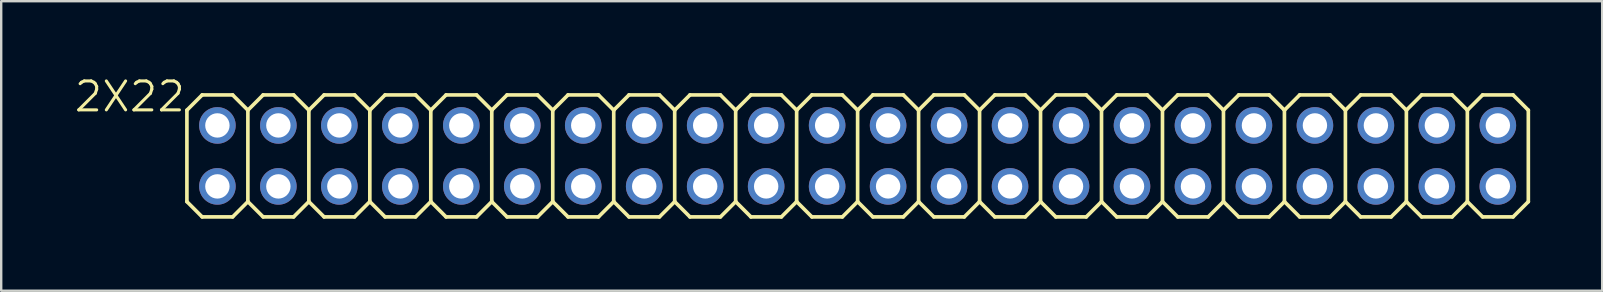
<source format=kicad_pcb>
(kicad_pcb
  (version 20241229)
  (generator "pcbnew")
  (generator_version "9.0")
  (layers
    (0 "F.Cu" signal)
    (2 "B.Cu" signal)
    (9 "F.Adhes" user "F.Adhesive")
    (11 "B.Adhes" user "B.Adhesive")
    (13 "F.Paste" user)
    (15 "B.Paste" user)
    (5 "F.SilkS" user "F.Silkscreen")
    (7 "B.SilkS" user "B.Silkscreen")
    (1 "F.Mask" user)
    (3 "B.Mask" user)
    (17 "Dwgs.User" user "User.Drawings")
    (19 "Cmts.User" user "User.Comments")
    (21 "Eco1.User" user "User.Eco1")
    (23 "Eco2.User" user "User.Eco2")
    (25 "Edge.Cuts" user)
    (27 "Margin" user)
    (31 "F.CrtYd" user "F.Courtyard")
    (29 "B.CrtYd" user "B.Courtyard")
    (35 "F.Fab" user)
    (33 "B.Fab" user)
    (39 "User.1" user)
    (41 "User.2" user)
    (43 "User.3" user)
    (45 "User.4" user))
  (footprint "2X22"
    (layer "F.Cu")
    (at 31.406 3.445)
    (property "Reference" "2X22" (at -26.67 -3.175 0) (layer "F.SilkS") (effects (font (size 1.206 1.206) (thickness 0.127)) (justify right top)))
    (attr through_hole)
    (fp_line (start -26.67 -1.905) (end -26.035 -2.54) (stroke (width 0.152) (type solid)) (layer "F.SilkS"))
    (fp_line (start -26.67 1.905) (end -26.67 -1.905) (stroke (width 0.152) (type solid)) (layer "F.SilkS"))
    (fp_line (start -26.67 1.905) (end -26.035 2.54) (stroke (width 0.152) (type solid)) (layer "F.SilkS"))
    (fp_line (start -26.035 -2.54) (end -24.765 -2.54) (stroke (width 0.152) (type solid)) (layer "F.SilkS"))
    (fp_line (start -26.035 2.54) (end -24.765 2.54) (stroke (width 0.152) (type solid)) (layer "F.SilkS"))
    (fp_line (start -24.765 -2.54) (end -24.13 -1.905) (stroke (width 0.152) (type solid)) (layer "F.SilkS"))
    (fp_line (start -24.765 2.54) (end -24.13 1.905) (stroke (width 0.152) (type solid)) (layer "F.SilkS"))
    (fp_line (start -24.13 -1.905) (end -24.13 1.905) (stroke (width 0.152) (type solid)) (layer "F.SilkS"))
    (fp_line (start -24.13 -1.905) (end -23.495 -2.54) (stroke (width 0.152) (type solid)) (layer "F.SilkS"))
    (fp_line (start -24.13 1.905) (end -23.495 2.54) (stroke (width 0.152) (type solid)) (layer "F.SilkS"))
    (fp_line (start -23.495 -2.54) (end -22.225 -2.54) (stroke (width 0.152) (type solid)) (layer "F.SilkS"))
    (fp_line (start -23.495 2.54) (end -22.225 2.54) (stroke (width 0.152) (type solid)) (layer "F.SilkS"))
    (fp_line (start -22.225 -2.54) (end -21.59 -1.905) (stroke (width 0.152) (type solid)) (layer "F.SilkS"))
    (fp_line (start -22.225 2.54) (end -21.59 1.905) (stroke (width 0.152) (type solid)) (layer "F.SilkS"))
    (fp_line (start -21.59 -1.905) (end -21.59 1.905) (stroke (width 0.152) (type solid)) (layer "F.SilkS"))
    (fp_line (start -21.59 -1.905) (end -20.955 -2.54) (stroke (width 0.152) (type solid)) (layer "F.SilkS"))
    (fp_line (start -21.59 1.905) (end -20.955 2.54) (stroke (width 0.152) (type solid)) (layer "F.SilkS"))
    (fp_line (start -20.955 -2.54) (end -19.685 -2.54) (stroke (width 0.152) (type solid)) (layer "F.SilkS"))
    (fp_line (start -20.955 2.54) (end -19.685 2.54) (stroke (width 0.152) (type solid)) (layer "F.SilkS"))
    (fp_line (start -19.685 -2.54) (end -19.05 -1.905) (stroke (width 0.152) (type solid)) (layer "F.SilkS"))
    (fp_line (start -19.685 2.54) (end -19.05 1.905) (stroke (width 0.152) (type solid)) (layer "F.SilkS"))
    (fp_line (start -19.05 -1.905) (end -19.05 1.905) (stroke (width 0.152) (type solid)) (layer "F.SilkS"))
    (fp_line (start -19.05 -1.905) (end -18.415 -2.54) (stroke (width 0.152) (type solid)) (layer "F.SilkS"))
    (fp_line (start -19.05 1.905) (end -18.415 2.54) (stroke (width 0.152) (type solid)) (layer "F.SilkS"))
    (fp_line (start -18.415 -2.54) (end -17.145 -2.54) (stroke (width 0.152) (type solid)) (layer "F.SilkS"))
    (fp_line (start -18.415 2.54) (end -17.145 2.54) (stroke (width 0.152) (type solid)) (layer "F.SilkS"))
    (fp_line (start -17.145 -2.54) (end -16.51 -1.905) (stroke (width 0.152) (type solid)) (layer "F.SilkS"))
    (fp_line (start -17.145 2.54) (end -16.51 1.905) (stroke (width 0.152) (type solid)) (layer "F.SilkS"))
    (fp_line (start -16.51 -1.905) (end -16.51 1.905) (stroke (width 0.152) (type solid)) (layer "F.SilkS"))
    (fp_line (start -16.51 -1.905) (end -15.875 -2.54) (stroke (width 0.152) (type solid)) (layer "F.SilkS"))
    (fp_line (start -16.51 1.905) (end -15.875 2.54) (stroke (width 0.152) (type solid)) (layer "F.SilkS"))
    (fp_line (start -15.875 -2.54) (end -14.605 -2.54) (stroke (width 0.152) (type solid)) (layer "F.SilkS"))
    (fp_line (start -15.875 2.54) (end -14.605 2.54) (stroke (width 0.152) (type solid)) (layer "F.SilkS"))
    (fp_line (start -14.605 -2.54) (end -13.97 -1.905) (stroke (width 0.152) (type solid)) (layer "F.SilkS"))
    (fp_line (start -14.605 2.54) (end -13.97 1.905) (stroke (width 0.152) (type solid)) (layer "F.SilkS"))
    (fp_line (start -13.97 -1.905) (end -13.97 1.905) (stroke (width 0.152) (type solid)) (layer "F.SilkS"))
    (fp_line (start -13.97 -1.905) (end -13.335 -2.54) (stroke (width 0.152) (type solid)) (layer "F.SilkS"))
    (fp_line (start -13.97 1.905) (end -13.335 2.54) (stroke (width 0.152) (type solid)) (layer "F.SilkS"))
    (fp_line (start -13.335 -2.54) (end -12.065 -2.54) (stroke (width 0.152) (type solid)) (layer "F.SilkS"))
    (fp_line (start -13.335 2.54) (end -12.065 2.54) (stroke (width 0.152) (type solid)) (layer "F.SilkS"))
    (fp_line (start -12.065 -2.54) (end -11.43 -1.905) (stroke (width 0.152) (type solid)) (layer "F.SilkS"))
    (fp_line (start -12.065 2.54) (end -11.43 1.905) (stroke (width 0.152) (type solid)) (layer "F.SilkS"))
    (fp_line (start -11.43 -1.905) (end -11.43 1.905) (stroke (width 0.152) (type solid)) (layer "F.SilkS"))
    (fp_line (start -11.43 -1.905) (end -10.795 -2.54) (stroke (width 0.152) (type solid)) (layer "F.SilkS"))
    (fp_line (start -11.43 1.905) (end -10.795 2.54) (stroke (width 0.152) (type solid)) (layer "F.SilkS"))
    (fp_line (start -10.795 -2.54) (end -9.525 -2.54) (stroke (width 0.152) (type solid)) (layer "F.SilkS"))
    (fp_line (start -9.525 -2.54) (end -8.89 -1.905) (stroke (width 0.152) (type solid)) (layer "F.SilkS"))
    (fp_line (start -9.525 2.54) (end -10.795 2.54) (stroke (width 0.152) (type solid)) (layer "F.SilkS"))
    (fp_line (start -8.89 -1.905) (end -8.89 1.905) (stroke (width 0.152) (type solid)) (layer "F.SilkS"))
    (fp_line (start -8.89 -1.905) (end -8.255 -2.54) (stroke (width 0.152) (type solid)) (layer "F.SilkS"))
    (fp_line (start -8.89 1.905) (end -9.525 2.54) (stroke (width 0.152) (type solid)) (layer "F.SilkS"))
    (fp_line (start -8.89 1.905) (end -8.255 2.54) (stroke (width 0.152) (type solid)) (layer "F.SilkS"))
    (fp_line (start -8.255 -2.54) (end -6.985 -2.54) (stroke (width 0.152) (type solid)) (layer "F.SilkS"))
    (fp_line (start -6.985 -2.54) (end -6.35 -1.905) (stroke (width 0.152) (type solid)) (layer "F.SilkS"))
    (fp_line (start -6.985 2.54) (end -8.255 2.54) (stroke (width 0.152) (type solid)) (layer "F.SilkS"))
    (fp_line (start -6.35 -1.905) (end -6.35 1.905) (stroke (width 0.152) (type solid)) (layer "F.SilkS"))
    (fp_line (start -6.35 -1.905) (end -5.715 -2.54) (stroke (width 0.152) (type solid)) (layer "F.SilkS"))
    (fp_line (start -6.35 1.905) (end -6.985 2.54) (stroke (width 0.152) (type solid)) (layer "F.SilkS"))
    (fp_line (start -6.35 1.905) (end -5.715 2.54) (stroke (width 0.152) (type solid)) (layer "F.SilkS"))
    (fp_line (start -5.715 -2.54) (end -4.445 -2.54) (stroke (width 0.152) (type solid)) (layer "F.SilkS"))
    (fp_line (start -4.445 -2.54) (end -3.81 -1.905) (stroke (width 0.152) (type solid)) (layer "F.SilkS"))
    (fp_line (start -4.445 2.54) (end -5.715 2.54) (stroke (width 0.152) (type solid)) (layer "F.SilkS"))
    (fp_line (start -3.81 -1.905) (end -3.81 1.905) (stroke (width 0.152) (type solid)) (layer "F.SilkS"))
    (fp_line (start -3.81 -1.905) (end -3.175 -2.54) (stroke (width 0.152) (type solid)) (layer "F.SilkS"))
    (fp_line (start -3.81 1.905) (end -4.445 2.54) (stroke (width 0.152) (type solid)) (layer "F.SilkS"))
    (fp_line (start -3.81 1.905) (end -3.175 2.54) (stroke (width 0.152) (type solid)) (layer "F.SilkS"))
    (fp_line (start -3.175 -2.54) (end -1.905 -2.54) (stroke (width 0.152) (type solid)) (layer "F.SilkS"))
    (fp_line (start -1.905 -2.54) (end -1.27 -1.905) (stroke (width 0.152) (type solid)) (layer "F.SilkS"))
    (fp_line (start -1.905 2.54) (end -3.175 2.54) (stroke (width 0.152) (type solid)) (layer "F.SilkS"))
    (fp_line (start -1.27 -1.905) (end -1.27 1.905) (stroke (width 0.152) (type solid)) (layer "F.SilkS"))
    (fp_line (start -1.27 -1.905) (end -0.635 -2.54) (stroke (width 0.152) (type solid)) (layer "F.SilkS"))
    (fp_line (start -1.27 1.905) (end -1.905 2.54) (stroke (width 0.152) (type solid)) (layer "F.SilkS"))
    (fp_line (start -1.27 1.905) (end -0.635 2.54) (stroke (width 0.152) (type solid)) (layer "F.SilkS"))
    (fp_line (start -0.635 -2.54) (end 0.635 -2.54) (stroke (width 0.152) (type solid)) (layer "F.SilkS"))
    (fp_line (start 0.635 -2.54) (end 1.27 -1.905) (stroke (width 0.152) (type solid)) (layer "F.SilkS"))
    (fp_line (start 0.635 2.54) (end -0.635 2.54) (stroke (width 0.152) (type solid)) (layer "F.SilkS"))
    (fp_line (start 1.27 -1.905) (end 1.27 1.905) (stroke (width 0.152) (type solid)) (layer "F.SilkS"))
    (fp_line (start 1.27 -1.905) (end 1.905 -2.54) (stroke (width 0.152) (type solid)) (layer "F.SilkS"))
    (fp_line (start 1.27 1.905) (end 0.635 2.54) (stroke (width 0.152) (type solid)) (layer "F.SilkS"))
    (fp_line (start 1.27 1.905) (end 1.905 2.54) (stroke (width 0.152) (type solid)) (layer "F.SilkS"))
    (fp_line (start 1.905 -2.54) (end 3.175 -2.54) (stroke (width 0.152) (type solid)) (layer "F.SilkS"))
    (fp_line (start 3.175 2.54) (end 1.905 2.54) (stroke (width 0.152) (type solid)) (layer "F.SilkS"))
    (fp_line (start 3.81 -1.905) (end 3.175 -2.54) (stroke (width 0.152) (type solid)) (layer "F.SilkS"))
    (fp_line (start 3.81 -1.905) (end 3.81 1.905) (stroke (width 0.152) (type solid)) (layer "F.SilkS"))
    (fp_line (start 3.81 -1.905) (end 4.445 -2.54) (stroke (width 0.152) (type solid)) (layer "F.SilkS"))
    (fp_line (start 3.81 1.905) (end 3.175 2.54) (stroke (width 0.152) (type solid)) (layer "F.SilkS"))
    (fp_line (start 3.81 1.905) (end 4.445 2.54) (stroke (width 0.152) (type solid)) (layer "F.SilkS"))
    (fp_line (start 5.715 -2.54) (end 4.445 -2.54) (stroke (width 0.152) (type solid)) (layer "F.SilkS"))
    (fp_line (start 5.715 -2.54) (end 6.35 -1.905) (stroke (width 0.152) (type solid)) (layer "F.SilkS"))
    (fp_line (start 5.715 2.54) (end 4.445 2.54) (stroke (width 0.152) (type solid)) (layer "F.SilkS"))
    (fp_line (start 6.35 -1.905) (end 6.35 1.905) (stroke (width 0.152) (type solid)) (layer "F.SilkS"))
    (fp_line (start 6.35 -1.905) (end 6.985 -2.54) (stroke (width 0.152) (type solid)) (layer "F.SilkS"))
    (fp_line (start 6.35 1.905) (end 5.715 2.54) (stroke (width 0.152) (type solid)) (layer "F.SilkS"))
    (fp_line (start 6.35 1.905) (end 6.985 2.54) (stroke (width 0.152) (type solid)) (layer "F.SilkS"))
    (fp_line (start 8.255 -2.54) (end 6.985 -2.54) (stroke (width 0.152) (type solid)) (layer "F.SilkS"))
    (fp_line (start 8.255 -2.54) (end 8.89 -1.905) (stroke (width 0.152) (type solid)) (layer "F.SilkS"))
    (fp_line (start 8.255 2.54) (end 6.985 2.54) (stroke (width 0.152) (type solid)) (layer "F.SilkS"))
    (fp_line (start 8.89 -1.905) (end 8.89 1.905) (stroke (width 0.152) (type solid)) (layer "F.SilkS"))
    (fp_line (start 8.89 -1.905) (end 9.525 -2.54) (stroke (width 0.152) (type solid)) (layer "F.SilkS"))
    (fp_line (start 8.89 1.905) (end 8.255 2.54) (stroke (width 0.152) (type solid)) (layer "F.SilkS"))
    (fp_line (start 9.525 2.54) (end 8.89 1.905) (stroke (width 0.152) (type solid)) (layer "F.SilkS"))
    (fp_line (start 9.525 2.54) (end 10.795 2.54) (stroke (width 0.152) (type solid)) (layer "F.SilkS"))
    (fp_line (start 10.795 -2.54) (end 9.525 -2.54) (stroke (width 0.152) (type solid)) (layer "F.SilkS"))
    (fp_line (start 10.795 -2.54) (end 11.43 -1.905) (stroke (width 0.152) (type solid)) (layer "F.SilkS"))
    (fp_line (start 11.43 -1.905) (end 11.43 1.905) (stroke (width 0.152) (type solid)) (layer "F.SilkS"))
    (fp_line (start 11.43 -1.905) (end 12.065 -2.54) (stroke (width 0.152) (type solid)) (layer "F.SilkS"))
    (fp_line (start 11.43 1.905) (end 10.795 2.54) (stroke (width 0.152) (type solid)) (layer "F.SilkS"))
    (fp_line (start 12.065 2.54) (end 11.43 1.905) (stroke (width 0.152) (type solid)) (layer "F.SilkS"))
    (fp_line (start 12.065 2.54) (end 13.335 2.54) (stroke (width 0.152) (type solid)) (layer "F.SilkS"))
    (fp_line (start 13.335 -2.54) (end 12.065 -2.54) (stroke (width 0.152) (type solid)) (layer "F.SilkS"))
    (fp_line (start 13.335 -2.54) (end 13.97 -1.905) (stroke (width 0.152) (type solid)) (layer "F.SilkS"))
    (fp_line (start 13.97 -1.905) (end 13.97 1.905) (stroke (width 0.152) (type solid)) (layer "F.SilkS"))
    (fp_line (start 13.97 -1.905) (end 14.605 -2.54) (stroke (width 0.152) (type solid)) (layer "F.SilkS"))
    (fp_line (start 13.97 1.905) (end 13.335 2.54) (stroke (width 0.152) (type solid)) (layer "F.SilkS"))
    (fp_line (start 13.97 1.905) (end 14.605 2.54) (stroke (width 0.152) (type solid)) (layer "F.SilkS"))
    (fp_line (start 15.875 -2.54) (end 14.605 -2.54) (stroke (width 0.152) (type solid)) (layer "F.SilkS"))
    (fp_line (start 15.875 -2.54) (end 16.51 -1.905) (stroke (width 0.152) (type solid)) (layer "F.SilkS"))
    (fp_line (start 15.875 2.54) (end 14.605 2.54) (stroke (width 0.152) (type solid)) (layer "F.SilkS"))
    (fp_line (start 16.51 -1.905) (end 16.51 1.905) (stroke (width 0.152) (type solid)) (layer "F.SilkS"))
    (fp_line (start 16.51 -1.905) (end 17.145 -2.54) (stroke (width 0.152) (type solid)) (layer "F.SilkS"))
    (fp_line (start 16.51 1.905) (end 15.875 2.54) (stroke (width 0.152) (type solid)) (layer "F.SilkS"))
    (fp_line (start 16.51 1.905) (end 17.145 2.54) (stroke (width 0.152) (type solid)) (layer "F.SilkS"))
    (fp_line (start 18.415 -2.54) (end 17.145 -2.54) (stroke (width 0.152) (type solid)) (layer "F.SilkS"))
    (fp_line (start 18.415 -2.54) (end 19.05 -1.905) (stroke (width 0.152) (type solid)) (layer "F.SilkS"))
    (fp_line (start 18.415 2.54) (end 17.145 2.54) (stroke (width 0.152) (type solid)) (layer "F.SilkS"))
    (fp_line (start 19.05 -1.905) (end 19.05 1.905) (stroke (width 0.152) (type solid)) (layer "F.SilkS"))
    (fp_line (start 19.05 -1.905) (end 19.685 -2.54) (stroke (width 0.152) (type solid)) (layer "F.SilkS"))
    (fp_line (start 19.05 1.905) (end 18.415 2.54) (stroke (width 0.152) (type solid)) (layer "F.SilkS"))
    (fp_line (start 19.05 1.905) (end 19.685 2.54) (stroke (width 0.152) (type solid)) (layer "F.SilkS"))
    (fp_line (start 20.955 -2.54) (end 19.685 -2.54) (stroke (width 0.152) (type solid)) (layer "F.SilkS"))
    (fp_line (start 20.955 -2.54) (end 21.59 -1.905) (stroke (width 0.152) (type solid)) (layer "F.SilkS"))
    (fp_line (start 20.955 2.54) (end 19.685 2.54) (stroke (width 0.152) (type solid)) (layer "F.SilkS"))
    (fp_line (start 21.59 -1.905) (end 21.59 1.905) (stroke (width 0.152) (type solid)) (layer "F.SilkS"))
    (fp_line (start 21.59 -1.905) (end 22.225 -2.54) (stroke (width 0.152) (type solid)) (layer "F.SilkS"))
    (fp_line (start 21.59 1.905) (end 20.955 2.54) (stroke (width 0.152) (type solid)) (layer "F.SilkS"))
    (fp_line (start 21.59 1.905) (end 22.225 2.54) (stroke (width 0.152) (type solid)) (layer "F.SilkS"))
    (fp_line (start 23.495 -2.54) (end 22.225 -2.54) (stroke (width 0.152) (type solid)) (layer "F.SilkS"))
    (fp_line (start 23.495 -2.54) (end 24.13 -1.905) (stroke (width 0.152) (type solid)) (layer "F.SilkS"))
    (fp_line (start 23.495 2.54) (end 22.225 2.54) (stroke (width 0.152) (type solid)) (layer "F.SilkS"))
    (fp_line (start 24.13 -1.905) (end 24.13 1.905) (stroke (width 0.152) (type solid)) (layer "F.SilkS"))
    (fp_line (start 24.13 -1.905) (end 24.765 -2.54) (stroke (width 0.152) (type solid)) (layer "F.SilkS"))
    (fp_line (start 24.13 1.905) (end 23.495 2.54) (stroke (width 0.152) (type solid)) (layer "F.SilkS"))
    (fp_line (start 24.13 1.905) (end 24.765 2.54) (stroke (width 0.152) (type solid)) (layer "F.SilkS"))
    (fp_line (start 26.035 -2.54) (end 24.765 -2.54) (stroke (width 0.152) (type solid)) (layer "F.SilkS"))
    (fp_line (start 26.035 -2.54) (end 26.67 -1.905) (stroke (width 0.152) (type solid)) (layer "F.SilkS"))
    (fp_line (start 26.035 2.54) (end 24.765 2.54) (stroke (width 0.152) (type solid)) (layer "F.SilkS"))
    (fp_line (start 26.67 -1.905) (end 26.67 1.905) (stroke (width 0.152) (type solid)) (layer "F.SilkS"))
    (fp_line (start 26.67 -1.905) (end 27.305 -2.54) (stroke (width 0.152) (type solid)) (layer "F.SilkS"))
    (fp_line (start 26.67 1.905) (end 26.035 2.54) (stroke (width 0.152) (type solid)) (layer "F.SilkS"))
    (fp_line (start 26.67 1.905) (end 27.305 2.54) (stroke (width 0.152) (type solid)) (layer "F.SilkS"))
    (fp_line (start 28.575 -2.54) (end 27.305 -2.54) (stroke (width 0.152) (type solid)) (layer "F.SilkS"))
    (fp_line (start 28.575 -2.54) (end 29.21 -1.905) (stroke (width 0.152) (type solid)) (layer "F.SilkS"))
    (fp_line (start 28.575 2.54) (end 27.305 2.54) (stroke (width 0.152) (type solid)) (layer "F.SilkS"))
    (fp_line (start 29.21 -1.905) (end 29.21 1.905) (stroke (width 0.152) (type solid)) (layer "F.SilkS"))
    (fp_line (start 29.21 1.905) (end 28.575 2.54) (stroke (width 0.152) (type solid)) (layer "F.SilkS"))
    (fp_poly (pts (xy -25.654 -1.016) (xy -25.146 -1.016) (xy -25.146 -1.524) (xy -25.654 -1.524)) (stroke (width 0.1) (type solid)) (fill no) (layer "F.Fab"))
    (fp_poly (pts (xy -25.654 1.524) (xy -25.146 1.524) (xy -25.146 1.016) (xy -25.654 1.016)) (stroke (width 0.1) (type solid)) (fill no) (layer "F.Fab"))
    (fp_poly (pts (xy -23.114 -1.016) (xy -22.606 -1.016) (xy -22.606 -1.524) (xy -23.114 -1.524)) (stroke (width 0.1) (type solid)) (fill no) (layer "F.Fab"))
    (fp_poly (pts (xy -23.114 1.524) (xy -22.606 1.524) (xy -22.606 1.016) (xy -23.114 1.016)) (stroke (width 0.1) (type solid)) (fill no) (layer "F.Fab"))
    (fp_poly (pts (xy -20.574 -1.016) (xy -20.066 -1.016) (xy -20.066 -1.524) (xy -20.574 -1.524)) (stroke (width 0.1) (type solid)) (fill no) (layer "F.Fab"))
    (fp_poly (pts (xy -20.574 1.524) (xy -20.066 1.524) (xy -20.066 1.016) (xy -20.574 1.016)) (stroke (width 0.1) (type solid)) (fill no) (layer "F.Fab"))
    (fp_poly (pts (xy -18.034 -1.016) (xy -17.526 -1.016) (xy -17.526 -1.524) (xy -18.034 -1.524)) (stroke (width 0.1) (type solid)) (fill no) (layer "F.Fab"))
    (fp_poly (pts (xy -18.034 1.524) (xy -17.526 1.524) (xy -17.526 1.016) (xy -18.034 1.016)) (stroke (width 0.1) (type solid)) (fill no) (layer "F.Fab"))
    (fp_poly (pts (xy -15.494 -1.016) (xy -14.986 -1.016) (xy -14.986 -1.524) (xy -15.494 -1.524)) (stroke (width 0.1) (type solid)) (fill no) (layer "F.Fab"))
    (fp_poly (pts (xy -15.494 1.524) (xy -14.986 1.524) (xy -14.986 1.016) (xy -15.494 1.016)) (stroke (width 0.1) (type solid)) (fill no) (layer "F.Fab"))
    (fp_poly (pts (xy -12.954 -1.016) (xy -12.446 -1.016) (xy -12.446 -1.524) (xy -12.954 -1.524)) (stroke (width 0.1) (type solid)) (fill no) (layer "F.Fab"))
    (fp_poly (pts (xy -12.954 1.524) (xy -12.446 1.524) (xy -12.446 1.016) (xy -12.954 1.016)) (stroke (width 0.1) (type solid)) (fill no) (layer "F.Fab"))
    (fp_poly (pts (xy -10.414 -1.016) (xy -9.906 -1.016) (xy -9.906 -1.524) (xy -10.414 -1.524)) (stroke (width 0.1) (type solid)) (fill no) (layer "F.Fab"))
    (fp_poly (pts (xy -10.414 1.524) (xy -9.906 1.524) (xy -9.906 1.016) (xy -10.414 1.016)) (stroke (width 0.1) (type solid)) (fill no) (layer "F.Fab"))
    (fp_poly (pts (xy -7.874 -1.016) (xy -7.366 -1.016) (xy -7.366 -1.524) (xy -7.874 -1.524)) (stroke (width 0.1) (type solid)) (fill no) (layer "F.Fab"))
    (fp_poly (pts (xy -7.874 1.524) (xy -7.366 1.524) (xy -7.366 1.016) (xy -7.874 1.016)) (stroke (width 0.1) (type solid)) (fill no) (layer "F.Fab"))
    (fp_poly (pts (xy -5.334 -1.016) (xy -4.826 -1.016) (xy -4.826 -1.524) (xy -5.334 -1.524)) (stroke (width 0.1) (type solid)) (fill no) (layer "F.Fab"))
    (fp_poly (pts (xy -5.334 1.524) (xy -4.826 1.524) (xy -4.826 1.016) (xy -5.334 1.016)) (stroke (width 0.1) (type solid)) (fill no) (layer "F.Fab"))
    (fp_poly (pts (xy -2.794 -1.016) (xy -2.286 -1.016) (xy -2.286 -1.524) (xy -2.794 -1.524)) (stroke (width 0.1) (type solid)) (fill no) (layer "F.Fab"))
    (fp_poly (pts (xy -2.794 1.524) (xy -2.286 1.524) (xy -2.286 1.016) (xy -2.794 1.016)) (stroke (width 0.1) (type solid)) (fill no) (layer "F.Fab"))
    (fp_poly (pts (xy -0.254 -1.016) (xy 0.254 -1.016) (xy 0.254 -1.524) (xy -0.254 -1.524)) (stroke (width 0.1) (type solid)) (fill no) (layer "F.Fab"))
    (fp_poly (pts (xy -0.254 1.524) (xy 0.254 1.524) (xy 0.254 1.016) (xy -0.254 1.016)) (stroke (width 0.1) (type solid)) (fill no) (layer "F.Fab"))
    (fp_poly (pts (xy 2.286 -1.016) (xy 2.794 -1.016) (xy 2.794 -1.524) (xy 2.286 -1.524)) (stroke (width 0.1) (type solid)) (fill no) (layer "F.Fab"))
    (fp_poly (pts (xy 2.286 1.524) (xy 2.794 1.524) (xy 2.794 1.016) (xy 2.286 1.016)) (stroke (width 0.1) (type solid)) (fill no) (layer "F.Fab"))
    (fp_poly (pts (xy 4.826 -1.016) (xy 5.334 -1.016) (xy 5.334 -1.524) (xy 4.826 -1.524)) (stroke (width 0.1) (type solid)) (fill no) (layer "F.Fab"))
    (fp_poly (pts (xy 4.826 1.524) (xy 5.334 1.524) (xy 5.334 1.016) (xy 4.826 1.016)) (stroke (width 0.1) (type solid)) (fill no) (layer "F.Fab"))
    (fp_poly (pts (xy 7.366 -1.016) (xy 7.874 -1.016) (xy 7.874 -1.524) (xy 7.366 -1.524)) (stroke (width 0.1) (type solid)) (fill no) (layer "F.Fab"))
    (fp_poly (pts (xy 7.366 1.524) (xy 7.874 1.524) (xy 7.874 1.016) (xy 7.366 1.016)) (stroke (width 0.1) (type solid)) (fill no) (layer "F.Fab"))
    (fp_poly (pts (xy 9.906 -1.016) (xy 10.414 -1.016) (xy 10.414 -1.524) (xy 9.906 -1.524)) (stroke (width 0.1) (type solid)) (fill no) (layer "F.Fab"))
    (fp_poly (pts (xy 9.906 1.524) (xy 10.414 1.524) (xy 10.414 1.016) (xy 9.906 1.016)) (stroke (width 0.1) (type solid)) (fill no) (layer "F.Fab"))
    (fp_poly (pts (xy 12.446 -1.016) (xy 12.954 -1.016) (xy 12.954 -1.524) (xy 12.446 -1.524)) (stroke (width 0.1) (type solid)) (fill no) (layer "F.Fab"))
    (fp_poly (pts (xy 12.446 1.524) (xy 12.954 1.524) (xy 12.954 1.016) (xy 12.446 1.016)) (stroke (width 0.1) (type solid)) (fill no) (layer "F.Fab"))
    (fp_poly (pts (xy 14.986 -1.016) (xy 15.494 -1.016) (xy 15.494 -1.524) (xy 14.986 -1.524)) (stroke (width 0.1) (type solid)) (fill no) (layer "F.Fab"))
    (fp_poly (pts (xy 14.986 1.524) (xy 15.494 1.524) (xy 15.494 1.016) (xy 14.986 1.016)) (stroke (width 0.1) (type solid)) (fill no) (layer "F.Fab"))
    (fp_poly (pts (xy 17.526 -1.016) (xy 18.034 -1.016) (xy 18.034 -1.524) (xy 17.526 -1.524)) (stroke (width 0.1) (type solid)) (fill no) (layer "F.Fab"))
    (fp_poly (pts (xy 17.526 1.524) (xy 18.034 1.524) (xy 18.034 1.016) (xy 17.526 1.016)) (stroke (width 0.1) (type solid)) (fill no) (layer "F.Fab"))
    (fp_poly (pts (xy 20.066 -1.016) (xy 20.574 -1.016) (xy 20.574 -1.524) (xy 20.066 -1.524)) (stroke (width 0.1) (type solid)) (fill no) (layer "F.Fab"))
    (fp_poly (pts (xy 20.066 1.524) (xy 20.574 1.524) (xy 20.574 1.016) (xy 20.066 1.016)) (stroke (width 0.1) (type solid)) (fill no) (layer "F.Fab"))
    (fp_poly (pts (xy 22.606 -1.016) (xy 23.114 -1.016) (xy 23.114 -1.524) (xy 22.606 -1.524)) (stroke (width 0.1) (type solid)) (fill no) (layer "F.Fab"))
    (fp_poly (pts (xy 22.606 1.524) (xy 23.114 1.524) (xy 23.114 1.016) (xy 22.606 1.016)) (stroke (width 0.1) (type solid)) (fill no) (layer "F.Fab"))
    (fp_poly (pts (xy 25.146 -1.016) (xy 25.654 -1.016) (xy 25.654 -1.524) (xy 25.146 -1.524)) (stroke (width 0.1) (type solid)) (fill no) (layer "F.Fab"))
    (fp_poly (pts (xy 25.146 1.524) (xy 25.654 1.524) (xy 25.654 1.016) (xy 25.146 1.016)) (stroke (width 0.1) (type solid)) (fill no) (layer "F.Fab"))
    (fp_poly (pts (xy 27.686 -1.016) (xy 28.194 -1.016) (xy 28.194 -1.524) (xy 27.686 -1.524)) (stroke (width 0.1) (type solid)) (fill no) (layer "F.Fab"))
    (fp_poly (pts (xy 27.686 1.524) (xy 28.194 1.524) (xy 28.194 1.016) (xy 27.686 1.016)) (stroke (width 0.1) (type solid)) (fill no) (layer "F.Fab"))
    (pad "1" thru_hole circle (at -25.4 1.27) (size 1.524 1.524) (drill 1.016) (layers "*.Cu" "*.Mask"))
    (pad "2" thru_hole circle (at -25.4 -1.27) (size 1.524 1.524) (drill 1.016) (layers "*.Cu" "*.Mask"))
    (pad "3" thru_hole circle (at -22.86 1.27) (size 1.524 1.524) (drill 1.016) (layers "*.Cu" "*.Mask"))
    (pad "4" thru_hole circle (at -22.86 -1.27) (size 1.524 1.524) (drill 1.016) (layers "*.Cu" "*.Mask"))
    (pad "5" thru_hole circle (at -20.32 1.27) (size 1.524 1.524) (drill 1.016) (layers "*.Cu" "*.Mask"))
    (pad "6" thru_hole circle (at -20.32 -1.27) (size 1.524 1.524) (drill 1.016) (layers "*.Cu" "*.Mask"))
    (pad "7" thru_hole circle (at -17.78 1.27) (size 1.524 1.524) (drill 1.016) (layers "*.Cu" "*.Mask"))
    (pad "8" thru_hole circle (at -17.78 -1.27) (size 1.524 1.524) (drill 1.016) (layers "*.Cu" "*.Mask"))
    (pad "9" thru_hole circle (at -15.24 1.27) (size 1.524 1.524) (drill 1.016) (layers "*.Cu" "*.Mask"))
    (pad "10" thru_hole circle (at -15.24 -1.27) (size 1.524 1.524) (drill 1.016) (layers "*.Cu" "*.Mask"))
    (pad "11" thru_hole circle (at -12.7 1.27) (size 1.524 1.524) (drill 1.016) (layers "*.Cu" "*.Mask"))
    (pad "12" thru_hole circle (at -12.7 -1.27) (size 1.524 1.524) (drill 1.016) (layers "*.Cu" "*.Mask"))
    (pad "13" thru_hole circle (at -10.16 1.27) (size 1.524 1.524) (drill 1.016) (layers "*.Cu" "*.Mask"))
    (pad "14" thru_hole circle (at -10.16 -1.27) (size 1.524 1.524) (drill 1.016) (layers "*.Cu" "*.Mask"))
    (pad "15" thru_hole circle (at -7.62 1.27) (size 1.524 1.524) (drill 1.016) (layers "*.Cu" "*.Mask"))
    (pad "16" thru_hole circle (at -7.62 -1.27) (size 1.524 1.524) (drill 1.016) (layers "*.Cu" "*.Mask"))
    (pad "17" thru_hole circle (at -5.08 1.27) (size 1.524 1.524) (drill 1.016) (layers "*.Cu" "*.Mask"))
    (pad "18" thru_hole circle (at -5.08 -1.27) (size 1.524 1.524) (drill 1.016) (layers "*.Cu" "*.Mask"))
    (pad "19" thru_hole circle (at -2.54 1.27) (size 1.524 1.524) (drill 1.016) (layers "*.Cu" "*.Mask"))
    (pad "20" thru_hole circle (at -2.54 -1.27) (size 1.524 1.524) (drill 1.016) (layers "*.Cu" "*.Mask"))
    (pad "21" thru_hole circle (at 0 1.27) (size 1.524 1.524) (drill 1.016) (layers "*.Cu" "*.Mask"))
    (pad "22" thru_hole circle (at 0 -1.27) (size 1.524 1.524) (drill 1.016) (layers "*.Cu" "*.Mask"))
    (pad "23" thru_hole circle (at 2.54 1.27) (size 1.524 1.524) (drill 1.016) (layers "*.Cu" "*.Mask"))
    (pad "24" thru_hole circle (at 2.54 -1.27) (size 1.524 1.524) (drill 1.016) (layers "*.Cu" "*.Mask"))
    (pad "25" thru_hole circle (at 5.08 1.27) (size 1.524 1.524) (drill 1.016) (layers "*.Cu" "*.Mask"))
    (pad "26" thru_hole circle (at 5.08 -1.27) (size 1.524 1.524) (drill 1.016) (layers "*.Cu" "*.Mask"))
    (pad "27" thru_hole circle (at 7.62 1.27) (size 1.524 1.524) (drill 1.016) (layers "*.Cu" "*.Mask"))
    (pad "28" thru_hole circle (at 7.62 -1.27) (size 1.524 1.524) (drill 1.016) (layers "*.Cu" "*.Mask"))
    (pad "29" thru_hole circle (at 10.16 1.27) (size 1.524 1.524) (drill 1.016) (layers "*.Cu" "*.Mask"))
    (pad "30" thru_hole circle (at 10.16 -1.27) (size 1.524 1.524) (drill 1.016) (layers "*.Cu" "*.Mask"))
    (pad "31" thru_hole circle (at 12.7 1.27) (size 1.524 1.524) (drill 1.016) (layers "*.Cu" "*.Mask"))
    (pad "32" thru_hole circle (at 12.7 -1.27) (size 1.524 1.524) (drill 1.016) (layers "*.Cu" "*.Mask"))
    (pad "33" thru_hole circle (at 15.24 1.27) (size 1.524 1.524) (drill 1.016) (layers "*.Cu" "*.Mask"))
    (pad "34" thru_hole circle (at 15.24 -1.27) (size 1.524 1.524) (drill 1.016) (layers "*.Cu" "*.Mask"))
    (pad "35" thru_hole circle (at 17.78 1.27) (size 1.524 1.524) (drill 1.016) (layers "*.Cu" "*.Mask"))
    (pad "36" thru_hole circle (at 17.78 -1.27) (size 1.524 1.524) (drill 1.016) (layers "*.Cu" "*.Mask"))
    (pad "37" thru_hole circle (at 20.32 1.27) (size 1.524 1.524) (drill 1.016) (layers "*.Cu" "*.Mask"))
    (pad "38" thru_hole circle (at 20.32 -1.27) (size 1.524 1.524) (drill 1.016) (layers "*.Cu" "*.Mask"))
    (pad "39" thru_hole circle (at 22.86 1.27) (size 1.524 1.524) (drill 1.016) (layers "*.Cu" "*.Mask"))
    (pad "40" thru_hole circle (at 22.86 -1.27) (size 1.524 1.524) (drill 1.016) (layers "*.Cu" "*.Mask"))
    (pad "41" thru_hole circle (at 25.4 1.27) (size 1.524 1.524) (drill 1.016) (layers "*.Cu" "*.Mask"))
    (pad "42" thru_hole circle (at 25.4 -1.27) (size 1.524 1.524) (drill 1.016) (layers "*.Cu" "*.Mask"))
    (pad "43" thru_hole circle (at 27.94 1.27) (size 1.524 1.524) (drill 1.016) (layers "*.Cu" "*.Mask"))
    (pad "44" thru_hole circle (at 27.94 -1.27) (size 1.524 1.524) (drill 1.016) (layers "*.Cu" "*.Mask")))
  (gr_rect
    (start -3 -3)
    (end 63.692 9.061)
    (stroke (width 0.1) (type default))
    (fill no)
    (layer "Edge.Cuts")))
</source>
